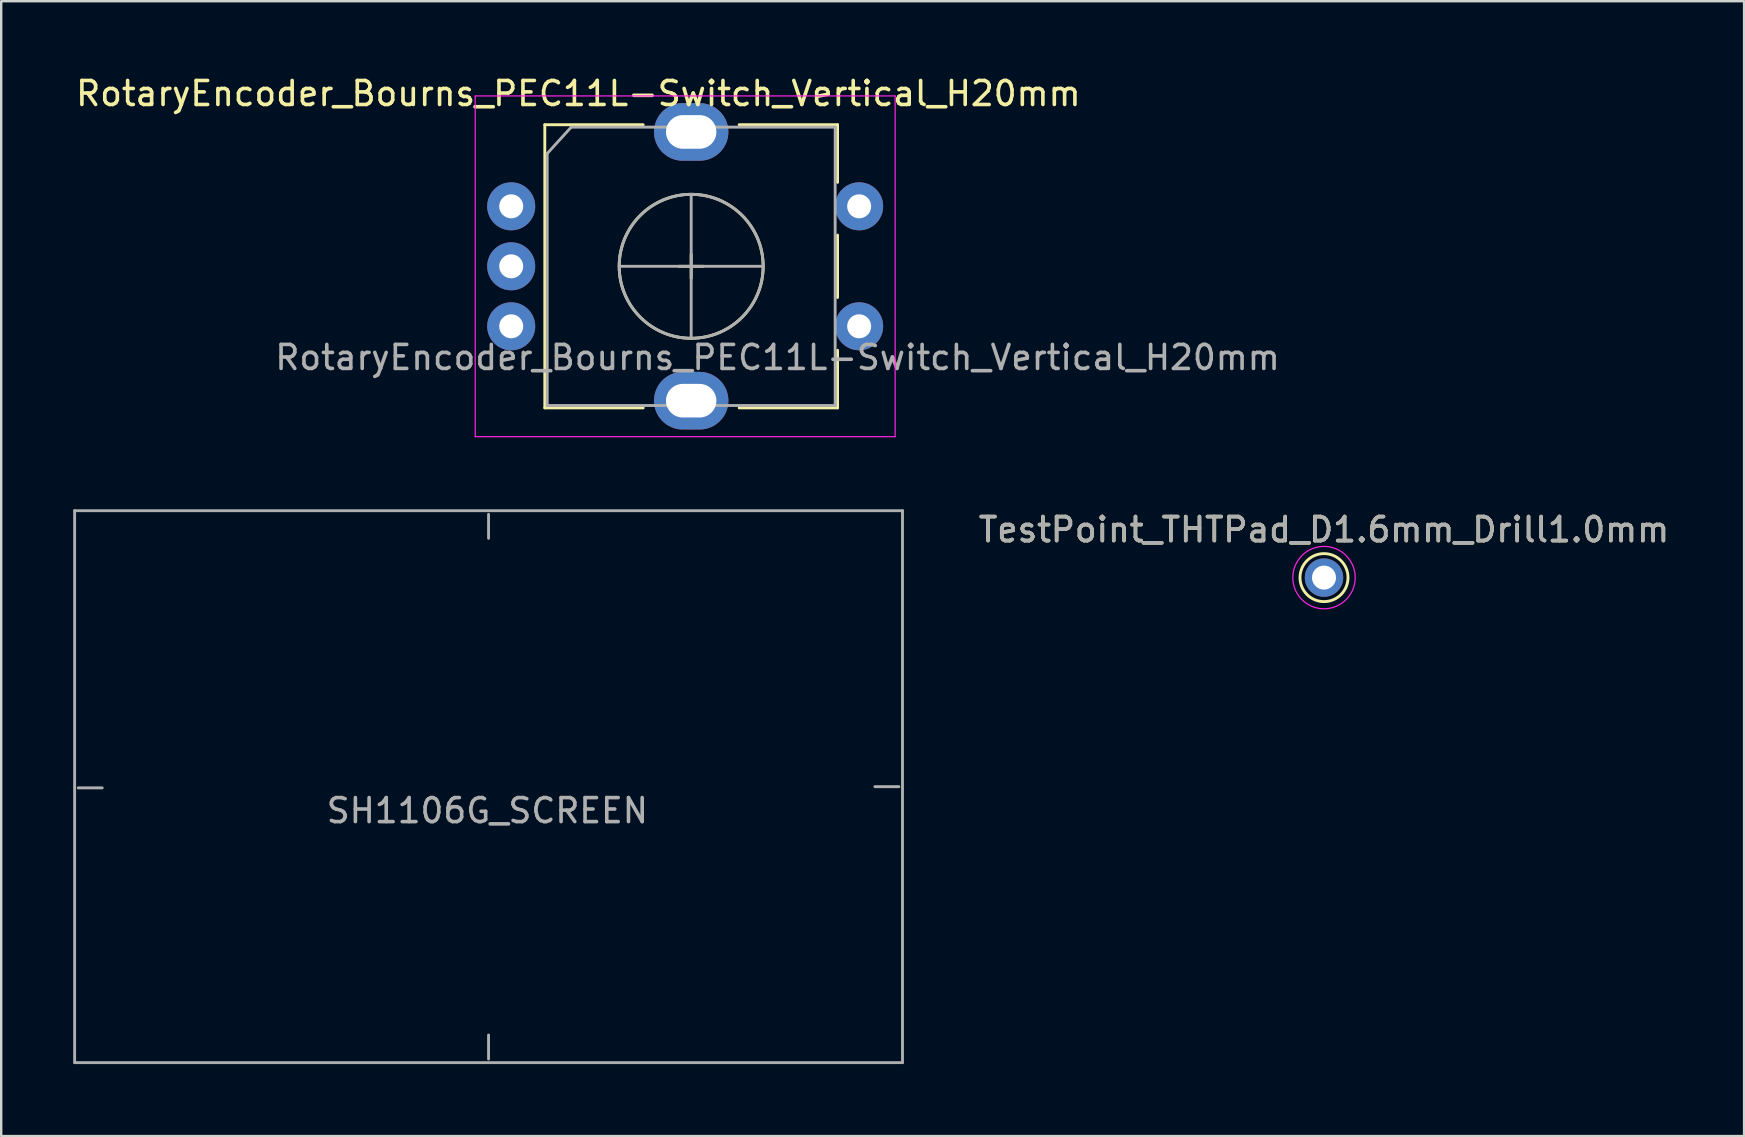
<source format=kicad_pcb>
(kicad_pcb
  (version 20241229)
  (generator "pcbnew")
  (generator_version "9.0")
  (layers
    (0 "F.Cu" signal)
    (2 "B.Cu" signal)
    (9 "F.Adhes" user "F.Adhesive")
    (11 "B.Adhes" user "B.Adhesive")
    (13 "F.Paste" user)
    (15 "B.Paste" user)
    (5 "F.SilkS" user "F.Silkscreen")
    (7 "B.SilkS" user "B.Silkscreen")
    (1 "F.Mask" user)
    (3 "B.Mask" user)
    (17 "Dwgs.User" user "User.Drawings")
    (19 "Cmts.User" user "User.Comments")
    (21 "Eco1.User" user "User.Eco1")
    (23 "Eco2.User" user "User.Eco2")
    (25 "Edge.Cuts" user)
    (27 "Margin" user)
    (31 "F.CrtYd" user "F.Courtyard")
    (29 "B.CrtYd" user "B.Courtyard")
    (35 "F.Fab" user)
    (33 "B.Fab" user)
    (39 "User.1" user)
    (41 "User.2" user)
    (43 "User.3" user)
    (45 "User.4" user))
  (footprint "RotaryEncoder_Bourns_PEC11L-Switch_Vertical_H20mm"
    (layer "F.Cu")
    (at 18.254 5.548)
    (property "Reference" "RotaryEncoder_Bourns_PEC11L-Switch_Vertical_H20mm" (at 2.8 -4.7 0) (layer "F.SilkS") (effects (font (size 1 1) (thickness 0.15))))
    (attr through_hole)
    (fp_line (start 1.4 -3.4) (end 1.4 8.4) (stroke (width 0.12) (type solid)) (layer "F.SilkS"))
    (fp_line (start 5.5 -3.4) (end 1.4 -3.4) (stroke (width 0.12) (type solid)) (layer "F.SilkS"))
    (fp_line (start 5.5 8.4) (end 1.4 8.4) (stroke (width 0.12) (type solid)) (layer "F.SilkS"))
    (fp_line (start 7 2.5) (end 8 2.5) (stroke (width 0.12) (type solid)) (layer "F.SilkS"))
    (fp_line (start 7.5 2) (end 7.5 3) (stroke (width 0.12) (type solid)) (layer "F.SilkS"))
    (fp_line (start 9.5 -3.4) (end 13.6 -3.4) (stroke (width 0.12) (type solid)) (layer "F.SilkS"))
    (fp_line (start 13.6 -3.4) (end 13.6 -1) (stroke (width 0.12) (type solid)) (layer "F.SilkS"))
    (fp_line (start 13.6 1.2) (end 13.6 3.8) (stroke (width 0.12) (type solid)) (layer "F.SilkS"))
    (fp_line (start 13.6 6) (end 13.6 8.4) (stroke (width 0.12) (type solid)) (layer "F.SilkS"))
    (fp_line (start 13.6 8.4) (end 9.5 8.4) (stroke (width 0.12) (type solid)) (layer "F.SilkS"))
    (fp_circle (center 7.5 2.5) (end 10.5 2.5) (stroke (width 0.12) (type solid)) (fill no) (layer "F.SilkS"))
    (fp_line (start -1.5 -4.6) (end -1.5 9.6) (stroke (width 0.05) (type solid)) (layer "F.CrtYd"))
    (fp_line (start -1.5 -4.6) (end 16 -4.6) (stroke (width 0.05) (type solid)) (layer "F.CrtYd"))
    (fp_line (start 16 9.6) (end -1.5 9.6) (stroke (width 0.05) (type solid)) (layer "F.CrtYd"))
    (fp_line (start 16 9.6) (end 16 -4.6) (stroke (width 0.05) (type solid)) (layer "F.CrtYd"))
    (fp_line (start 1.5 -2.2) (end 2.5 -3.3) (stroke (width 0.12) (type solid)) (layer "F.Fab"))
    (fp_line (start 1.5 8.3) (end 1.5 -2.2) (stroke (width 0.12) (type solid)) (layer "F.Fab"))
    (fp_line (start 2.5 -3.3) (end 13.5 -3.3) (stroke (width 0.12) (type solid)) (layer "F.Fab"))
    (fp_line (start 4.5 2.5) (end 10.5 2.5) (stroke (width 0.12) (type solid)) (layer "F.Fab"))
    (fp_line (start 7.5 -0.5) (end 7.5 5.5) (stroke (width 0.12) (type solid)) (layer "F.Fab"))
    (fp_line (start 13.5 -3.3) (end 13.5 8.3) (stroke (width 0.12) (type solid)) (layer "F.Fab"))
    (fp_line (start 13.5 8.3) (end 1.5 8.3) (stroke (width 0.12) (type solid)) (layer "F.Fab"))
    (fp_circle (center 7.5 2.5) (end 10.5 2.5) (stroke (width 0.12) (type solid)) (fill no) (layer "F.Fab"))
    (fp_text user "${REFERENCE}" (at 11.1 6.3 0) (layer "F.Fab") (effects (font (size 1 1) (thickness 0.15))))
    (pad "A" thru_hole circle (at 0 0) (size 2 2) (drill 1) (layers "*.Cu" "*.Mask"))
    (pad "B" thru_hole circle (at 0 5) (size 2 2) (drill 1) (layers "*.Cu" "*.Mask"))
    (pad "C" thru_hole circle (at 0 2.5) (size 2 2) (drill 1) (layers "*.Cu" "*.Mask"))
    (pad "MP" thru_hole oval (at 7.5 -3.1) (size 3.1 2.4) (drill oval 2.1 1.4) (layers "*.Cu" "*.Mask"))
    (pad "MP" thru_hole oval (at 7.5 8.1) (size 3.1 2.4) (drill oval 2.1 1.4) (layers "*.Cu" "*.Mask"))
    (pad "S1" thru_hole circle (at 14.5 5) (size 2 2) (drill 1) (layers "*.Cu" "*.Mask"))
    (pad "S2" thru_hole circle (at 14.5 0) (size 2 2) (drill 1) (layers "*.Cu" "*.Mask")))
  (footprint "TestPoint_THTPad_D1.6mm_Drill1.0mm"
    (layer "F.Cu")
    (at 52.126 21.021)
    (property "Reference" "TestPoint_THTPad_D1.6mm_Drill1.0mm" (at 0 -1.998 0) (layer "F.SilkS") (effects (font (size 1 1) (thickness 0.15))))
    (attr exclude_from_pos_files exclude_from_bom)
    (fp_circle (center 0 0) (end 1 0) (stroke (width 0.12) (type solid)) (fill no) (layer "F.SilkS"))
    (fp_circle (center 0 0) (end 1.3 0) (stroke (width 0.05) (type solid)) (fill no) (layer "F.CrtYd"))
    (fp_text user "${REFERENCE}" (at 0 -2 0) (layer "F.Fab") (effects (font (size 1 1) (thickness 0.15))))
    (pad "1" thru_hole circle (at 0 0) (size 1.6 1.6) (drill 1) (layers "*.Cu" "*.Mask")))
  (footprint "SH1106G_SCREEN"
    (layer "F.Cu")
    (at 17.31 29.733)
    (property "Reference" "SH1106G_SCREEN" (at -0.05 1 0) (layer "F.Fab") (effects (font (size 1 1) (thickness 0.15))))
    (attr through_hole)
    (fp_line (start -17.25 -11.5) (end 17.25 -11.5) (stroke (width 0.12) (type solid)) (layer "F.Fab"))
    (fp_line (start -17.25 11.5) (end -17.25 -11.5) (stroke (width 0.12) (type solid)) (layer "F.Fab"))
    (fp_line (start -17.1 0.05) (end -16.1 0.05) (stroke (width 0.12) (type solid)) (layer "F.Fab"))
    (fp_line (start 0 -11.35) (end 0 -10.35) (stroke (width 0.12) (type solid)) (layer "F.Fab"))
    (fp_line (start 0 11.35) (end 0 10.35) (stroke (width 0.12) (type solid)) (layer "F.Fab"))
    (fp_line (start 17.1 0) (end 16.1 0) (stroke (width 0.12) (type solid)) (layer "F.Fab"))
    (fp_line (start 17.25 -11.5) (end 17.25 11.5) (stroke (width 0.12) (type solid)) (layer "F.Fab"))
    (fp_line (start 17.25 11.5) (end -17.25 11.5) (stroke (width 0.12) (type solid)) (layer "F.Fab")))
  (gr_rect
    (start -3 -3)
    (end 69.632 44.293)
    (stroke (width 0.1) (type default))
    (fill no)
    (layer "Edge.Cuts")))
</source>
